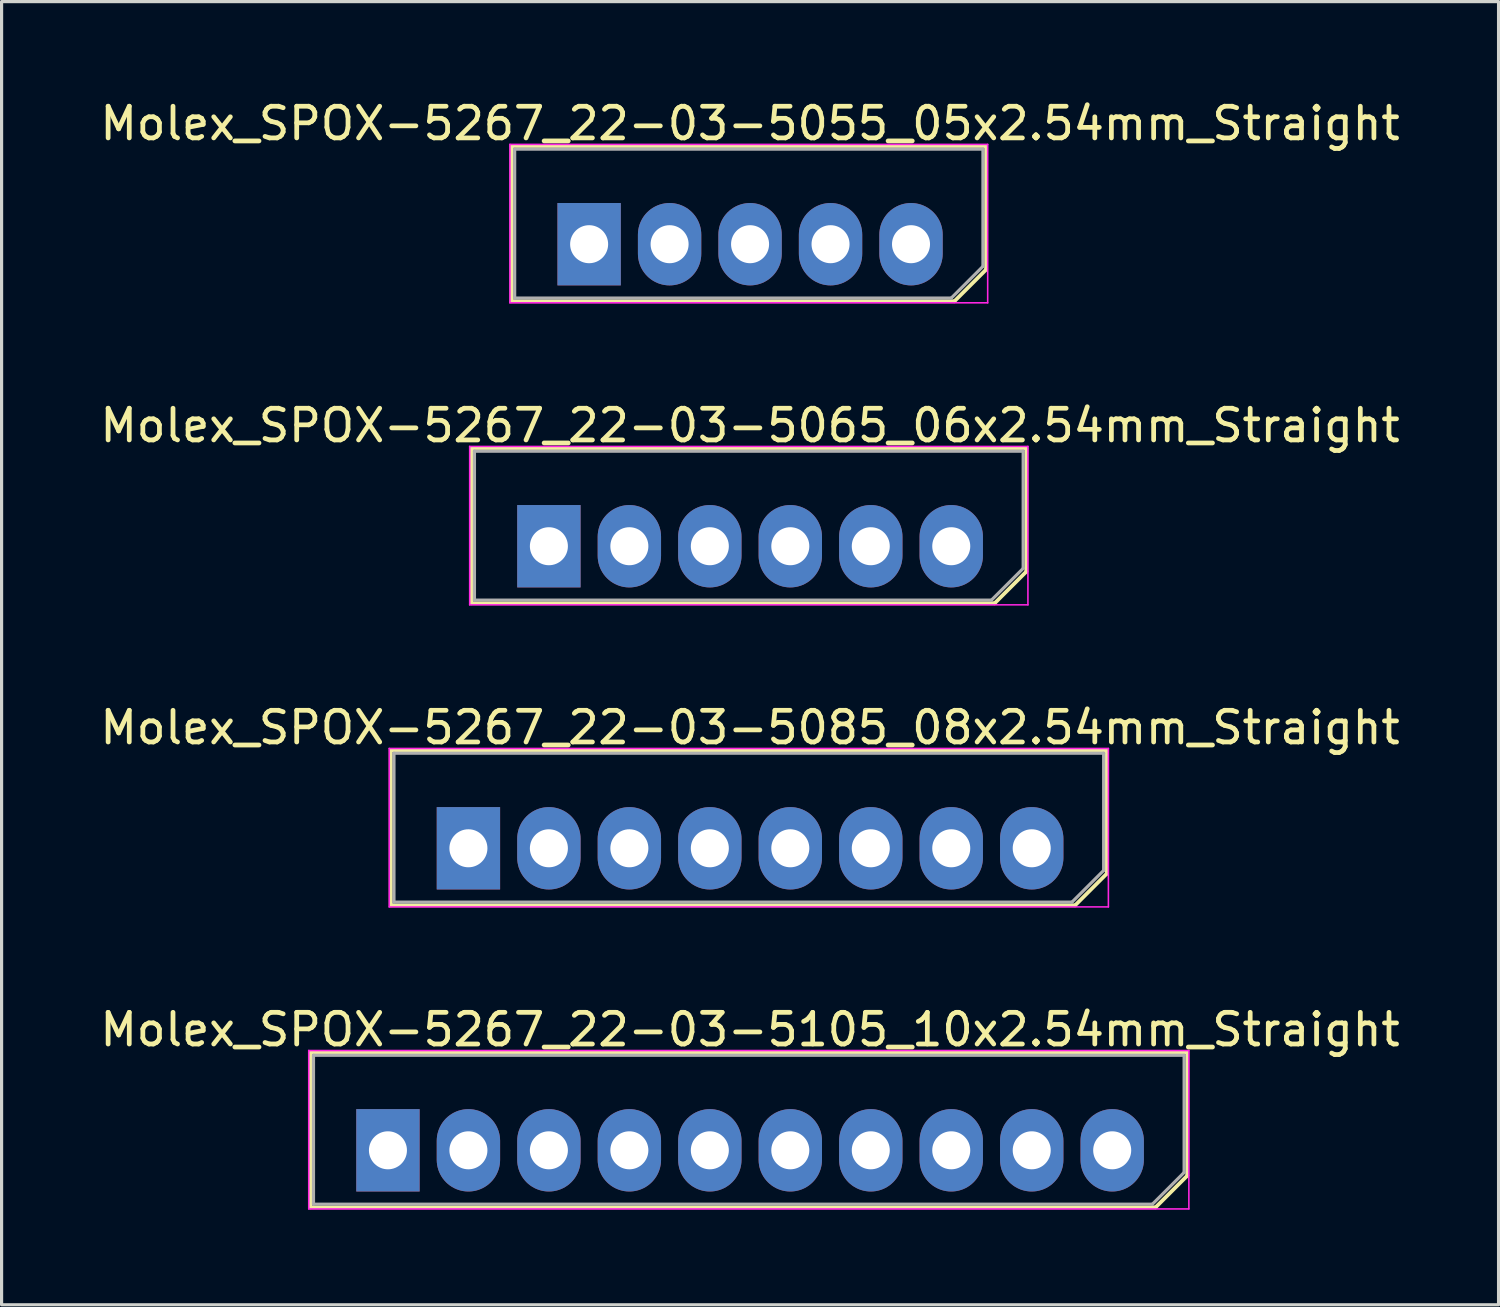
<source format=kicad_pcb>
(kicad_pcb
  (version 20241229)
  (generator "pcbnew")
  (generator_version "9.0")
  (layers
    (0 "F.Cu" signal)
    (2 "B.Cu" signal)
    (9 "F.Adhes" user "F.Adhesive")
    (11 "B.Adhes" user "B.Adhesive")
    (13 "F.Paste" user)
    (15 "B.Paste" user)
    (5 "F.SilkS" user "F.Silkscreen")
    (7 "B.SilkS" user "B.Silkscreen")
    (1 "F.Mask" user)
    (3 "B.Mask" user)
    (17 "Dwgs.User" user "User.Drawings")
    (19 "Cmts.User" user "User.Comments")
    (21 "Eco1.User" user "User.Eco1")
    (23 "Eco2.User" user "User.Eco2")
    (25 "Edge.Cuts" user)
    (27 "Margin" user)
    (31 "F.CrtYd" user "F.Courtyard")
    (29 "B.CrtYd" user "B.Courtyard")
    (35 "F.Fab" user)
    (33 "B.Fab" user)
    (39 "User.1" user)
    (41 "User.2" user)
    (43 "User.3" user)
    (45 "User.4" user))
  (footprint "Molex_SPOX-5267_22-03-5065_06x2.54mm_Straight"
    (layer "F.Cu")
    (at 14.275 14.191)
    (property "Reference" "Molex_SPOX-5267_22-03-5065_06x2.54mm_Straight" (at 6.35 -3.81 0) (layer "F.SilkS") (effects (font (size 1 1) (thickness 0.15))))
    (attr through_hole)
    (fp_line (start -2.45 -3.1) (end -2.45 1.8) (stroke (width 0.12) (type solid)) (layer "F.SilkS"))
    (fp_line (start -2.45 1.8) (end 14.07 1.8) (stroke (width 0.12) (type solid)) (layer "F.SilkS"))
    (fp_line (start 14.07 1.8) (end 15.07 0.8) (stroke (width 0.12) (type solid)) (layer "F.SilkS"))
    (fp_line (start 15.07 -3.1) (end -2.45 -3.1) (stroke (width 0.12) (type solid)) (layer "F.SilkS"))
    (fp_line (start 15.07 0.8) (end 15.07 -3.1) (stroke (width 0.12) (type solid)) (layer "F.SilkS"))
    (fp_line (start -2.5 -3.15) (end 15.12 -3.15) (stroke (width 0.05) (type solid)) (layer "F.CrtYd"))
    (fp_line (start -2.5 1.85) (end -2.5 -3.15) (stroke (width 0.05) (type solid)) (layer "F.CrtYd"))
    (fp_line (start 15.12 -3.15) (end 15.12 1.85) (stroke (width 0.05) (type solid)) (layer "F.CrtYd"))
    (fp_line (start 15.12 1.85) (end -2.5 1.85) (stroke (width 0.05) (type solid)) (layer "F.CrtYd"))
    (fp_line (start -2.35 -3) (end -2.35 1.7) (stroke (width 0.1) (type solid)) (layer "F.Fab"))
    (fp_line (start -2.35 1.7) (end 13.97 1.7) (stroke (width 0.1) (type solid)) (layer "F.Fab"))
    (fp_line (start 13.97 1.7) (end 14.97 0.7) (stroke (width 0.1) (type solid)) (layer "F.Fab"))
    (fp_line (start 14.97 -3) (end -2.35 -3) (stroke (width 0.1) (type solid)) (layer "F.Fab"))
    (fp_line (start 14.97 0.7) (end 14.97 -3) (stroke (width 0.1) (type solid)) (layer "F.Fab"))
    (pad "1" thru_hole rect (at 0 0) (size 2 2.6) (drill 1.2) (layers "*.Cu" "*.Mask"))
    (pad "2" thru_hole oval (at 2.54 0) (size 2 2.6) (drill 1.2) (layers "*.Cu" "*.Mask"))
    (pad "3" thru_hole oval (at 5.08 0) (size 2 2.6) (drill 1.2) (layers "*.Cu" "*.Mask"))
    (pad "4" thru_hole oval (at 7.62 0) (size 2 2.6) (drill 1.2) (layers "*.Cu" "*.Mask"))
    (pad "5" thru_hole oval (at 10.16 0) (size 2 2.6) (drill 1.2) (layers "*.Cu" "*.Mask"))
    (pad "6" thru_hole oval (at 12.7 0) (size 2 2.6) (drill 1.2) (layers "*.Cu" "*.Mask")))
  (footprint "Molex_SPOX-5267_22-03-5085_08x2.54mm_Straight"
    (layer "F.Cu")
    (at 11.735 23.725)
    (property "Reference" "Molex_SPOX-5267_22-03-5085_08x2.54mm_Straight" (at 8.89 -3.81 0) (layer "F.SilkS") (effects (font (size 1 1) (thickness 0.15))))
    (attr through_hole)
    (fp_line (start -2.45 -3.1) (end -2.45 1.8) (stroke (width 0.12) (type solid)) (layer "F.SilkS"))
    (fp_line (start -2.45 1.8) (end 19.15 1.8) (stroke (width 0.12) (type solid)) (layer "F.SilkS"))
    (fp_line (start 19.15 1.8) (end 20.15 0.8) (stroke (width 0.12) (type solid)) (layer "F.SilkS"))
    (fp_line (start 20.15 -3.1) (end -2.45 -3.1) (stroke (width 0.12) (type solid)) (layer "F.SilkS"))
    (fp_line (start 20.15 0.8) (end 20.15 -3.1) (stroke (width 0.12) (type solid)) (layer "F.SilkS"))
    (fp_line (start -2.5 -3.15) (end 20.2 -3.15) (stroke (width 0.05) (type solid)) (layer "F.CrtYd"))
    (fp_line (start -2.5 1.85) (end -2.5 -3.15) (stroke (width 0.05) (type solid)) (layer "F.CrtYd"))
    (fp_line (start 20.2 -3.15) (end 20.2 1.85) (stroke (width 0.05) (type solid)) (layer "F.CrtYd"))
    (fp_line (start 20.2 1.85) (end -2.5 1.85) (stroke (width 0.05) (type solid)) (layer "F.CrtYd"))
    (fp_line (start -2.35 -3) (end -2.35 1.7) (stroke (width 0.1) (type solid)) (layer "F.Fab"))
    (fp_line (start -2.35 1.7) (end 19.05 1.7) (stroke (width 0.1) (type solid)) (layer "F.Fab"))
    (fp_line (start 19.05 1.7) (end 20.05 0.7) (stroke (width 0.1) (type solid)) (layer "F.Fab"))
    (fp_line (start 20.05 -3) (end -2.35 -3) (stroke (width 0.1) (type solid)) (layer "F.Fab"))
    (fp_line (start 20.05 0.7) (end 20.05 -3) (stroke (width 0.1) (type solid)) (layer "F.Fab"))
    (pad "1" thru_hole rect (at 0 0) (size 2 2.6) (drill 1.2) (layers "*.Cu" "*.Mask"))
    (pad "2" thru_hole oval (at 2.54 0) (size 2 2.6) (drill 1.2) (layers "*.Cu" "*.Mask"))
    (pad "3" thru_hole oval (at 5.08 0) (size 2 2.6) (drill 1.2) (layers "*.Cu" "*.Mask"))
    (pad "4" thru_hole oval (at 7.62 0) (size 2 2.6) (drill 1.2) (layers "*.Cu" "*.Mask"))
    (pad "5" thru_hole oval (at 10.16 0) (size 2 2.6) (drill 1.2) (layers "*.Cu" "*.Mask"))
    (pad "6" thru_hole oval (at 12.7 0) (size 2 2.6) (drill 1.2) (layers "*.Cu" "*.Mask"))
    (pad "7" thru_hole oval (at 15.24 0) (size 2 2.6) (drill 1.2) (layers "*.Cu" "*.Mask"))
    (pad "8" thru_hole oval (at 17.78 0) (size 2 2.6) (drill 1.2) (layers "*.Cu" "*.Mask")))
  (footprint "Molex_SPOX-5267_22-03-5105_10x2.54mm_Straight"
    (layer "F.Cu")
    (at 9.195 33.258)
    (property "Reference" "Molex_SPOX-5267_22-03-5105_10x2.54mm_Straight" (at 11.43 -3.81 0) (layer "F.SilkS") (effects (font (size 1 1) (thickness 0.15))))
    (attr through_hole)
    (fp_line (start -2.45 -3.1) (end -2.45 1.8) (stroke (width 0.12) (type solid)) (layer "F.SilkS"))
    (fp_line (start -2.45 1.8) (end 24.23 1.8) (stroke (width 0.12) (type solid)) (layer "F.SilkS"))
    (fp_line (start 24.23 1.8) (end 25.23 0.8) (stroke (width 0.12) (type solid)) (layer "F.SilkS"))
    (fp_line (start 25.23 -3.1) (end -2.45 -3.1) (stroke (width 0.12) (type solid)) (layer "F.SilkS"))
    (fp_line (start 25.23 0.8) (end 25.23 -3.1) (stroke (width 0.12) (type solid)) (layer "F.SilkS"))
    (fp_line (start -2.5 -3.15) (end 25.28 -3.15) (stroke (width 0.05) (type solid)) (layer "F.CrtYd"))
    (fp_line (start -2.5 1.85) (end -2.5 -3.15) (stroke (width 0.05) (type solid)) (layer "F.CrtYd"))
    (fp_line (start 25.28 -3.15) (end 25.28 1.85) (stroke (width 0.05) (type solid)) (layer "F.CrtYd"))
    (fp_line (start 25.28 1.85) (end -2.5 1.85) (stroke (width 0.05) (type solid)) (layer "F.CrtYd"))
    (fp_line (start -2.35 -3) (end -2.35 1.7) (stroke (width 0.1) (type solid)) (layer "F.Fab"))
    (fp_line (start -2.35 1.7) (end 24.13 1.7) (stroke (width 0.1) (type solid)) (layer "F.Fab"))
    (fp_line (start 24.13 1.7) (end 25.13 0.7) (stroke (width 0.1) (type solid)) (layer "F.Fab"))
    (fp_line (start 25.13 -3) (end -2.35 -3) (stroke (width 0.1) (type solid)) (layer "F.Fab"))
    (fp_line (start 25.13 0.7) (end 25.13 -3) (stroke (width 0.1) (type solid)) (layer "F.Fab"))
    (pad "1" thru_hole rect (at 0 0) (size 2 2.6) (drill 1.2) (layers "*.Cu" "*.Mask"))
    (pad "2" thru_hole oval (at 2.54 0) (size 2 2.6) (drill 1.2) (layers "*.Cu" "*.Mask"))
    (pad "3" thru_hole oval (at 5.08 0) (size 2 2.6) (drill 1.2) (layers "*.Cu" "*.Mask"))
    (pad "4" thru_hole oval (at 7.62 0) (size 2 2.6) (drill 1.2) (layers "*.Cu" "*.Mask"))
    (pad "5" thru_hole oval (at 10.16 0) (size 2 2.6) (drill 1.2) (layers "*.Cu" "*.Mask"))
    (pad "6" thru_hole oval (at 12.7 0) (size 2 2.6) (drill 1.2) (layers "*.Cu" "*.Mask"))
    (pad "7" thru_hole oval (at 15.24 0) (size 2 2.6) (drill 1.2) (layers "*.Cu" "*.Mask"))
    (pad "8" thru_hole oval (at 17.78 0) (size 2 2.6) (drill 1.2) (layers "*.Cu" "*.Mask"))
    (pad "9" thru_hole oval (at 20.32 0) (size 2 2.6) (drill 1.2) (layers "*.Cu" "*.Mask"))
    (pad "10" thru_hole oval (at 22.86 0) (size 2 2.6) (drill 1.2) (layers "*.Cu" "*.Mask")))
  (footprint "Molex_SPOX-5267_22-03-5055_05x2.54mm_Straight"
    (layer "F.Cu")
    (at 15.545 4.658)
    (property "Reference" "Molex_SPOX-5267_22-03-5055_05x2.54mm_Straight" (at 5.08 -3.81 0) (layer "F.SilkS") (effects (font (size 1 1) (thickness 0.15))))
    (attr through_hole)
    (fp_line (start -2.45 -3.1) (end -2.45 1.8) (stroke (width 0.12) (type solid)) (layer "F.SilkS"))
    (fp_line (start -2.45 1.8) (end 11.53 1.8) (stroke (width 0.12) (type solid)) (layer "F.SilkS"))
    (fp_line (start 11.53 1.8) (end 12.53 0.8) (stroke (width 0.12) (type solid)) (layer "F.SilkS"))
    (fp_line (start 12.53 -3.1) (end -2.45 -3.1) (stroke (width 0.12) (type solid)) (layer "F.SilkS"))
    (fp_line (start 12.53 0.8) (end 12.53 -3.1) (stroke (width 0.12) (type solid)) (layer "F.SilkS"))
    (fp_line (start -2.5 -3.15) (end 12.58 -3.15) (stroke (width 0.05) (type solid)) (layer "F.CrtYd"))
    (fp_line (start -2.5 1.85) (end -2.5 -3.15) (stroke (width 0.05) (type solid)) (layer "F.CrtYd"))
    (fp_line (start 12.58 -3.15) (end 12.58 1.85) (stroke (width 0.05) (type solid)) (layer "F.CrtYd"))
    (fp_line (start 12.58 1.85) (end -2.5 1.85) (stroke (width 0.05) (type solid)) (layer "F.CrtYd"))
    (fp_line (start -2.35 -3) (end -2.35 1.7) (stroke (width 0.1) (type solid)) (layer "F.Fab"))
    (fp_line (start -2.35 1.7) (end 11.43 1.7) (stroke (width 0.1) (type solid)) (layer "F.Fab"))
    (fp_line (start 11.43 1.7) (end 12.43 0.7) (stroke (width 0.1) (type solid)) (layer "F.Fab"))
    (fp_line (start 12.43 -3) (end -2.35 -3) (stroke (width 0.1) (type solid)) (layer "F.Fab"))
    (fp_line (start 12.43 0.7) (end 12.43 -3) (stroke (width 0.1) (type solid)) (layer "F.Fab"))
    (pad "1" thru_hole rect (at 0 0) (size 2 2.6) (drill 1.2) (layers "*.Cu" "*.Mask"))
    (pad "2" thru_hole oval (at 2.54 0) (size 2 2.6) (drill 1.2) (layers "*.Cu" "*.Mask"))
    (pad "3" thru_hole oval (at 5.08 0) (size 2 2.6) (drill 1.2) (layers "*.Cu" "*.Mask"))
    (pad "4" thru_hole oval (at 7.62 0) (size 2 2.6) (drill 1.2) (layers "*.Cu" "*.Mask"))
    (pad "5" thru_hole oval (at 10.16 0) (size 2 2.6) (drill 1.2) (layers "*.Cu" "*.Mask")))
  (gr_rect
    (start -3 -3)
    (end 44.25 38.133)
    (stroke (width 0.1) (type default))
    (fill no)
    (layer "Edge.Cuts")))
</source>
